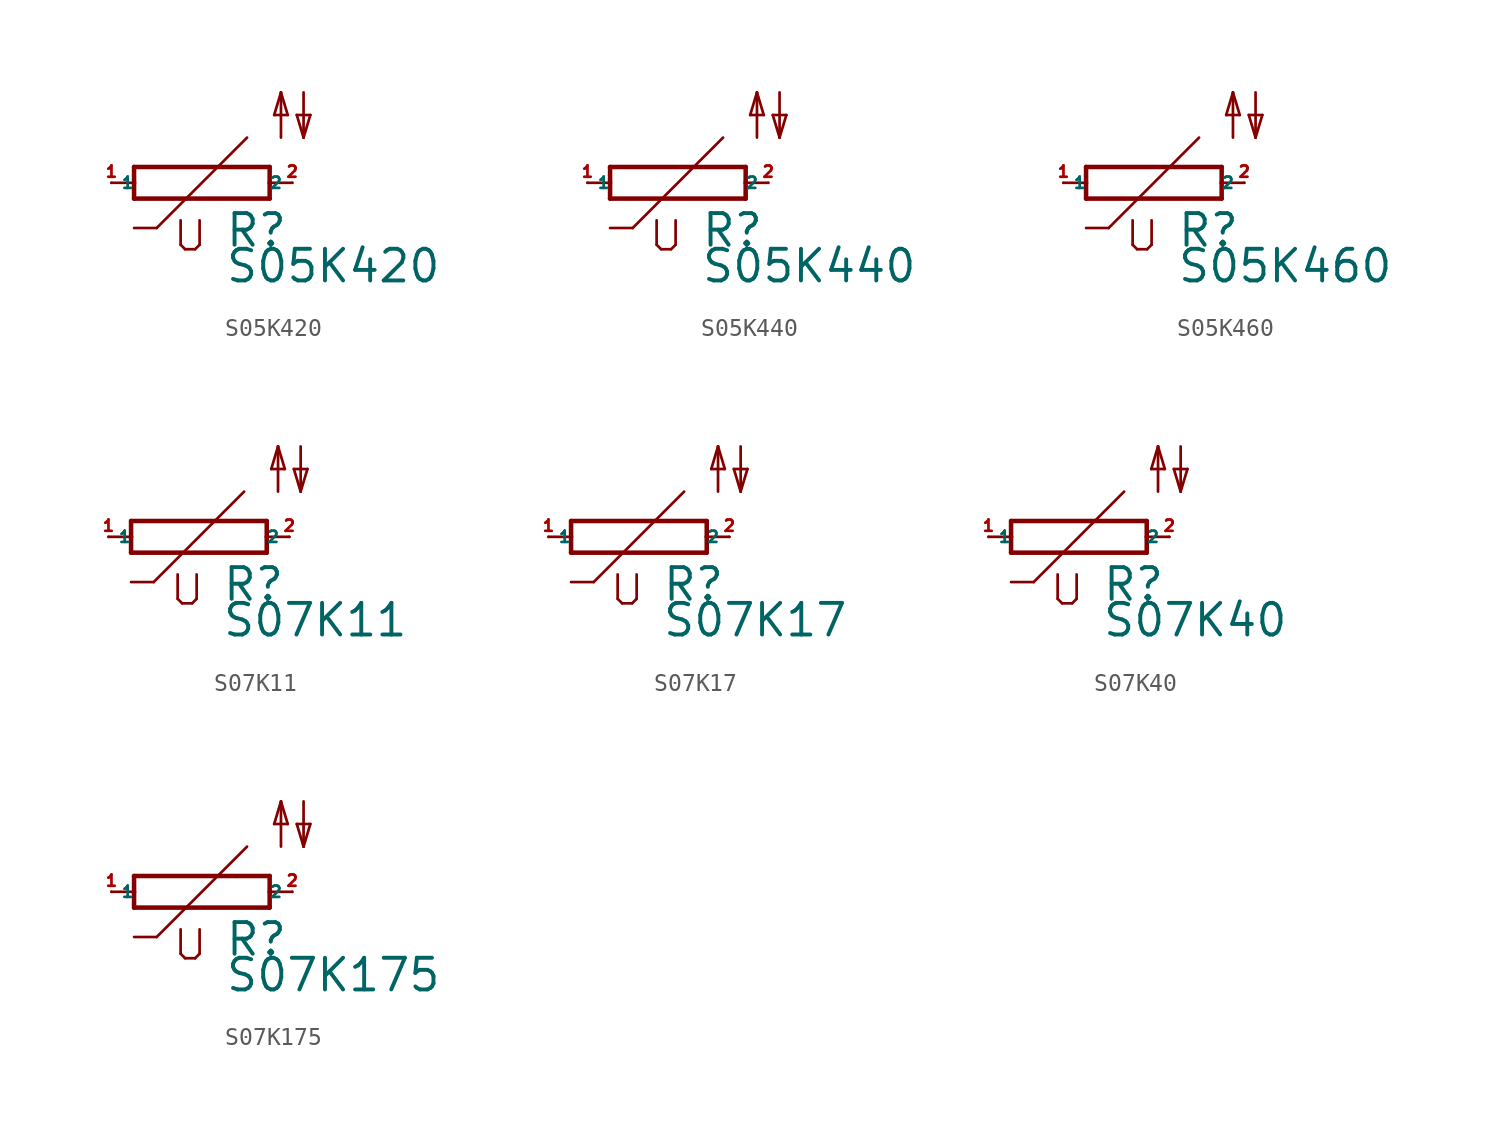
<source format=kicad_sym>
(kicad_symbol_lib
  (version 20220914)
  (generator Eagle2Kicad)
  (symbol "S05K420"
    (property "Reference" "R"
      (at 1.27 -3.708 0)
      (effects (font (size 1.778 1.778) (thickness 0.22)) (justify left bottom)))
    (property "Value" "S05K420"
      (at 1.27 -5.715 0)
      (effects (font (size 1.778 1.778) (thickness 0.22)) (justify left bottom)))
    (polyline
      (pts (xy -3.81 -0.889) (xy 3.81 -0.889))
      (stroke (width 0.254) (type default))
      (fill (type none)))
    (polyline
      (pts (xy 3.81 -0.889) (xy 3.81 0))
      (stroke (width 0.254) (type default))
      (fill (type none)))
    (polyline
      (pts (xy 3.81 0.889) (xy -3.81 0.889))
      (stroke (width 0.254) (type default))
      (fill (type none)))
    (polyline
      (pts (xy -3.81 -0.889) (xy -3.81 0))
      (stroke (width 0.254) (type default))
      (fill (type none)))
    (polyline
      (pts (xy 3.81 0) (xy 5.08 0))
      (stroke (width 0.152) (type default))
      (fill (type none)))
    (polyline
      (pts (xy 3.81 0) (xy 3.81 0.889))
      (stroke (width 0.254) (type default))
      (fill (type none)))
    (polyline
      (pts (xy -5.08 0) (xy -3.81 0))
      (stroke (width 0.152) (type default))
      (fill (type none)))
    (polyline
      (pts (xy -3.81 0) (xy -3.81 0.889))
      (stroke (width 0.254) (type default))
      (fill (type none)))
    (polyline
      (pts (xy 2.54 2.54) (xy -2.54 -2.54))
      (stroke (width 0.152) (type default))
      (fill (type none)))
    (polyline
      (pts (xy -2.54 -2.54) (xy -3.81 -2.54))
      (stroke (width 0.152) (type default))
      (fill (type none)))
    (polyline
      (pts (xy -1.194 -2.108) (xy -1.194 -3.48))
      (stroke (width 0.152) (type default))
      (fill (type none)))
    (polyline
      (pts (xy -0.94 -3.734) (xy -1.194 -3.48))
      (stroke (width 0.152) (type default))
      (fill (type none)))
    (polyline
      (pts (xy -0.94 -3.734) (xy -0.381 -3.734))
      (stroke (width 0.152) (type default))
      (fill (type none)))
    (polyline
      (pts (xy -0.127 -3.48) (xy -0.381 -3.734))
      (stroke (width 0.152) (type default))
      (fill (type none)))
    (polyline
      (pts (xy -0.127 -3.48) (xy -0.127 -2.108))
      (stroke (width 0.152) (type default))
      (fill (type none)))
    (polyline
      (pts (xy 5.715 5.08) (xy 5.715 2.54))
      (stroke (width 0.152) (type default))
      (fill (type none)))
    (polyline
      (pts (xy 5.715 2.54) (xy 6.096 3.81))
      (stroke (width 0.152) (type default))
      (fill (type none)))
    (polyline
      (pts (xy 6.096 3.81) (xy 5.334 3.81))
      (stroke (width 0.152) (type default))
      (fill (type none)))
    (polyline
      (pts (xy 5.334 3.81) (xy 5.715 2.54))
      (stroke (width 0.152) (type default))
      (fill (type none)))
    (polyline
      (pts (xy 4.445 2.54) (xy 4.445 5.08))
      (stroke (width 0.152) (type default))
      (fill (type none)))
    (polyline
      (pts (xy 4.445 5.08) (xy 4.826 3.81))
      (stroke (width 0.152) (type default))
      (fill (type none)))
    (polyline
      (pts (xy 4.826 3.81) (xy 4.064 3.81))
      (stroke (width 0.152) (type default))
      (fill (type none)))
    (polyline
      (pts (xy 4.064 3.81) (xy 4.445 5.08))
      (stroke (width 0.152) (type default))
      (fill (type none)))
    (pin passive line
      (at 5.08 0 180)
      (length 0)
      (name "2" (effects (font (size 0.635 0.635) (thickness 0.08)) (justify left bottom)))
      (number "2" (effects (font (size 0.635 0.635) (thickness 0.08)) (justify left bottom))))
    (pin passive line
      (at -5.08 0 0)
      (length 0)
      (name "1" (effects (font (size 0.635 0.635) (thickness 0.08)) (justify left bottom)))
      (number "1" (effects (font (size 0.635 0.635) (thickness 0.08)) (justify left bottom)))))
  (symbol "S05K440"
    (property "Reference" "R"
      (at 1.27 -3.708 0)
      (effects (font (size 1.778 1.778) (thickness 0.22)) (justify left bottom)))
    (property "Value" "S05K440"
      (at 1.27 -5.715 0)
      (effects (font (size 1.778 1.778) (thickness 0.22)) (justify left bottom)))
    (polyline
      (pts (xy -3.81 -0.889) (xy 3.81 -0.889))
      (stroke (width 0.254) (type default))
      (fill (type none)))
    (polyline
      (pts (xy 3.81 -0.889) (xy 3.81 0))
      (stroke (width 0.254) (type default))
      (fill (type none)))
    (polyline
      (pts (xy 3.81 0.889) (xy -3.81 0.889))
      (stroke (width 0.254) (type default))
      (fill (type none)))
    (polyline
      (pts (xy -3.81 -0.889) (xy -3.81 0))
      (stroke (width 0.254) (type default))
      (fill (type none)))
    (polyline
      (pts (xy 3.81 0) (xy 5.08 0))
      (stroke (width 0.152) (type default))
      (fill (type none)))
    (polyline
      (pts (xy 3.81 0) (xy 3.81 0.889))
      (stroke (width 0.254) (type default))
      (fill (type none)))
    (polyline
      (pts (xy -5.08 0) (xy -3.81 0))
      (stroke (width 0.152) (type default))
      (fill (type none)))
    (polyline
      (pts (xy -3.81 0) (xy -3.81 0.889))
      (stroke (width 0.254) (type default))
      (fill (type none)))
    (polyline
      (pts (xy 2.54 2.54) (xy -2.54 -2.54))
      (stroke (width 0.152) (type default))
      (fill (type none)))
    (polyline
      (pts (xy -2.54 -2.54) (xy -3.81 -2.54))
      (stroke (width 0.152) (type default))
      (fill (type none)))
    (polyline
      (pts (xy -1.194 -2.108) (xy -1.194 -3.48))
      (stroke (width 0.152) (type default))
      (fill (type none)))
    (polyline
      (pts (xy -0.94 -3.734) (xy -1.194 -3.48))
      (stroke (width 0.152) (type default))
      (fill (type none)))
    (polyline
      (pts (xy -0.94 -3.734) (xy -0.381 -3.734))
      (stroke (width 0.152) (type default))
      (fill (type none)))
    (polyline
      (pts (xy -0.127 -3.48) (xy -0.381 -3.734))
      (stroke (width 0.152) (type default))
      (fill (type none)))
    (polyline
      (pts (xy -0.127 -3.48) (xy -0.127 -2.108))
      (stroke (width 0.152) (type default))
      (fill (type none)))
    (polyline
      (pts (xy 5.715 5.08) (xy 5.715 2.54))
      (stroke (width 0.152) (type default))
      (fill (type none)))
    (polyline
      (pts (xy 5.715 2.54) (xy 6.096 3.81))
      (stroke (width 0.152) (type default))
      (fill (type none)))
    (polyline
      (pts (xy 6.096 3.81) (xy 5.334 3.81))
      (stroke (width 0.152) (type default))
      (fill (type none)))
    (polyline
      (pts (xy 5.334 3.81) (xy 5.715 2.54))
      (stroke (width 0.152) (type default))
      (fill (type none)))
    (polyline
      (pts (xy 4.445 2.54) (xy 4.445 5.08))
      (stroke (width 0.152) (type default))
      (fill (type none)))
    (polyline
      (pts (xy 4.445 5.08) (xy 4.826 3.81))
      (stroke (width 0.152) (type default))
      (fill (type none)))
    (polyline
      (pts (xy 4.826 3.81) (xy 4.064 3.81))
      (stroke (width 0.152) (type default))
      (fill (type none)))
    (polyline
      (pts (xy 4.064 3.81) (xy 4.445 5.08))
      (stroke (width 0.152) (type default))
      (fill (type none)))
    (pin passive line
      (at 5.08 0 180)
      (length 0)
      (name "2" (effects (font (size 0.635 0.635) (thickness 0.08)) (justify left bottom)))
      (number "2" (effects (font (size 0.635 0.635) (thickness 0.08)) (justify left bottom))))
    (pin passive line
      (at -5.08 0 0)
      (length 0)
      (name "1" (effects (font (size 0.635 0.635) (thickness 0.08)) (justify left bottom)))
      (number "1" (effects (font (size 0.635 0.635) (thickness 0.08)) (justify left bottom)))))
  (symbol "S05K460"
    (property "Reference" "R"
      (at 1.27 -3.708 0)
      (effects (font (size 1.778 1.778) (thickness 0.22)) (justify left bottom)))
    (property "Value" "S05K460"
      (at 1.27 -5.715 0)
      (effects (font (size 1.778 1.778) (thickness 0.22)) (justify left bottom)))
    (polyline
      (pts (xy -3.81 -0.889) (xy 3.81 -0.889))
      (stroke (width 0.254) (type default))
      (fill (type none)))
    (polyline
      (pts (xy 3.81 -0.889) (xy 3.81 0))
      (stroke (width 0.254) (type default))
      (fill (type none)))
    (polyline
      (pts (xy 3.81 0.889) (xy -3.81 0.889))
      (stroke (width 0.254) (type default))
      (fill (type none)))
    (polyline
      (pts (xy -3.81 -0.889) (xy -3.81 0))
      (stroke (width 0.254) (type default))
      (fill (type none)))
    (polyline
      (pts (xy 3.81 0) (xy 5.08 0))
      (stroke (width 0.152) (type default))
      (fill (type none)))
    (polyline
      (pts (xy 3.81 0) (xy 3.81 0.889))
      (stroke (width 0.254) (type default))
      (fill (type none)))
    (polyline
      (pts (xy -5.08 0) (xy -3.81 0))
      (stroke (width 0.152) (type default))
      (fill (type none)))
    (polyline
      (pts (xy -3.81 0) (xy -3.81 0.889))
      (stroke (width 0.254) (type default))
      (fill (type none)))
    (polyline
      (pts (xy 2.54 2.54) (xy -2.54 -2.54))
      (stroke (width 0.152) (type default))
      (fill (type none)))
    (polyline
      (pts (xy -2.54 -2.54) (xy -3.81 -2.54))
      (stroke (width 0.152) (type default))
      (fill (type none)))
    (polyline
      (pts (xy -1.194 -2.108) (xy -1.194 -3.48))
      (stroke (width 0.152) (type default))
      (fill (type none)))
    (polyline
      (pts (xy -0.94 -3.734) (xy -1.194 -3.48))
      (stroke (width 0.152) (type default))
      (fill (type none)))
    (polyline
      (pts (xy -0.94 -3.734) (xy -0.381 -3.734))
      (stroke (width 0.152) (type default))
      (fill (type none)))
    (polyline
      (pts (xy -0.127 -3.48) (xy -0.381 -3.734))
      (stroke (width 0.152) (type default))
      (fill (type none)))
    (polyline
      (pts (xy -0.127 -3.48) (xy -0.127 -2.108))
      (stroke (width 0.152) (type default))
      (fill (type none)))
    (polyline
      (pts (xy 5.715 5.08) (xy 5.715 2.54))
      (stroke (width 0.152) (type default))
      (fill (type none)))
    (polyline
      (pts (xy 5.715 2.54) (xy 6.096 3.81))
      (stroke (width 0.152) (type default))
      (fill (type none)))
    (polyline
      (pts (xy 6.096 3.81) (xy 5.334 3.81))
      (stroke (width 0.152) (type default))
      (fill (type none)))
    (polyline
      (pts (xy 5.334 3.81) (xy 5.715 2.54))
      (stroke (width 0.152) (type default))
      (fill (type none)))
    (polyline
      (pts (xy 4.445 2.54) (xy 4.445 5.08))
      (stroke (width 0.152) (type default))
      (fill (type none)))
    (polyline
      (pts (xy 4.445 5.08) (xy 4.826 3.81))
      (stroke (width 0.152) (type default))
      (fill (type none)))
    (polyline
      (pts (xy 4.826 3.81) (xy 4.064 3.81))
      (stroke (width 0.152) (type default))
      (fill (type none)))
    (polyline
      (pts (xy 4.064 3.81) (xy 4.445 5.08))
      (stroke (width 0.152) (type default))
      (fill (type none)))
    (pin passive line
      (at 5.08 0 180)
      (length 0)
      (name "2" (effects (font (size 0.635 0.635) (thickness 0.08)) (justify left bottom)))
      (number "2" (effects (font (size 0.635 0.635) (thickness 0.08)) (justify left bottom))))
    (pin passive line
      (at -5.08 0 0)
      (length 0)
      (name "1" (effects (font (size 0.635 0.635) (thickness 0.08)) (justify left bottom)))
      (number "1" (effects (font (size 0.635 0.635) (thickness 0.08)) (justify left bottom)))))
  (symbol "S07K11"
    (property "Reference" "R"
      (at 1.27 -3.708 0)
      (effects (font (size 1.778 1.778) (thickness 0.22)) (justify left bottom)))
    (property "Value" "S07K11"
      (at 1.27 -5.715 0)
      (effects (font (size 1.778 1.778) (thickness 0.22)) (justify left bottom)))
    (polyline
      (pts (xy -3.81 -0.889) (xy 3.81 -0.889))
      (stroke (width 0.254) (type default))
      (fill (type none)))
    (polyline
      (pts (xy 3.81 -0.889) (xy 3.81 0))
      (stroke (width 0.254) (type default))
      (fill (type none)))
    (polyline
      (pts (xy 3.81 0.889) (xy -3.81 0.889))
      (stroke (width 0.254) (type default))
      (fill (type none)))
    (polyline
      (pts (xy -3.81 -0.889) (xy -3.81 0))
      (stroke (width 0.254) (type default))
      (fill (type none)))
    (polyline
      (pts (xy 3.81 0) (xy 5.08 0))
      (stroke (width 0.152) (type default))
      (fill (type none)))
    (polyline
      (pts (xy 3.81 0) (xy 3.81 0.889))
      (stroke (width 0.254) (type default))
      (fill (type none)))
    (polyline
      (pts (xy -5.08 0) (xy -3.81 0))
      (stroke (width 0.152) (type default))
      (fill (type none)))
    (polyline
      (pts (xy -3.81 0) (xy -3.81 0.889))
      (stroke (width 0.254) (type default))
      (fill (type none)))
    (polyline
      (pts (xy 2.54 2.54) (xy -2.54 -2.54))
      (stroke (width 0.152) (type default))
      (fill (type none)))
    (polyline
      (pts (xy -2.54 -2.54) (xy -3.81 -2.54))
      (stroke (width 0.152) (type default))
      (fill (type none)))
    (polyline
      (pts (xy -1.194 -2.108) (xy -1.194 -3.48))
      (stroke (width 0.152) (type default))
      (fill (type none)))
    (polyline
      (pts (xy -0.94 -3.734) (xy -1.194 -3.48))
      (stroke (width 0.152) (type default))
      (fill (type none)))
    (polyline
      (pts (xy -0.94 -3.734) (xy -0.381 -3.734))
      (stroke (width 0.152) (type default))
      (fill (type none)))
    (polyline
      (pts (xy -0.127 -3.48) (xy -0.381 -3.734))
      (stroke (width 0.152) (type default))
      (fill (type none)))
    (polyline
      (pts (xy -0.127 -3.48) (xy -0.127 -2.108))
      (stroke (width 0.152) (type default))
      (fill (type none)))
    (polyline
      (pts (xy 5.715 5.08) (xy 5.715 2.54))
      (stroke (width 0.152) (type default))
      (fill (type none)))
    (polyline
      (pts (xy 5.715 2.54) (xy 6.096 3.81))
      (stroke (width 0.152) (type default))
      (fill (type none)))
    (polyline
      (pts (xy 6.096 3.81) (xy 5.334 3.81))
      (stroke (width 0.152) (type default))
      (fill (type none)))
    (polyline
      (pts (xy 5.334 3.81) (xy 5.715 2.54))
      (stroke (width 0.152) (type default))
      (fill (type none)))
    (polyline
      (pts (xy 4.445 2.54) (xy 4.445 5.08))
      (stroke (width 0.152) (type default))
      (fill (type none)))
    (polyline
      (pts (xy 4.445 5.08) (xy 4.826 3.81))
      (stroke (width 0.152) (type default))
      (fill (type none)))
    (polyline
      (pts (xy 4.826 3.81) (xy 4.064 3.81))
      (stroke (width 0.152) (type default))
      (fill (type none)))
    (polyline
      (pts (xy 4.064 3.81) (xy 4.445 5.08))
      (stroke (width 0.152) (type default))
      (fill (type none)))
    (pin passive line
      (at 5.08 0 180)
      (length 0)
      (name "2" (effects (font (size 0.635 0.635) (thickness 0.08)) (justify left bottom)))
      (number "2" (effects (font (size 0.635 0.635) (thickness 0.08)) (justify left bottom))))
    (pin passive line
      (at -5.08 0 0)
      (length 0)
      (name "1" (effects (font (size 0.635 0.635) (thickness 0.08)) (justify left bottom)))
      (number "1" (effects (font (size 0.635 0.635) (thickness 0.08)) (justify left bottom)))))
  (symbol "S07K17"
    (property "Reference" "R"
      (at 1.27 -3.708 0)
      (effects (font (size 1.778 1.778) (thickness 0.22)) (justify left bottom)))
    (property "Value" "S07K17"
      (at 1.27 -5.715 0)
      (effects (font (size 1.778 1.778) (thickness 0.22)) (justify left bottom)))
    (polyline
      (pts (xy -3.81 -0.889) (xy 3.81 -0.889))
      (stroke (width 0.254) (type default))
      (fill (type none)))
    (polyline
      (pts (xy 3.81 -0.889) (xy 3.81 0))
      (stroke (width 0.254) (type default))
      (fill (type none)))
    (polyline
      (pts (xy 3.81 0.889) (xy -3.81 0.889))
      (stroke (width 0.254) (type default))
      (fill (type none)))
    (polyline
      (pts (xy -3.81 -0.889) (xy -3.81 0))
      (stroke (width 0.254) (type default))
      (fill (type none)))
    (polyline
      (pts (xy 3.81 0) (xy 5.08 0))
      (stroke (width 0.152) (type default))
      (fill (type none)))
    (polyline
      (pts (xy 3.81 0) (xy 3.81 0.889))
      (stroke (width 0.254) (type default))
      (fill (type none)))
    (polyline
      (pts (xy -5.08 0) (xy -3.81 0))
      (stroke (width 0.152) (type default))
      (fill (type none)))
    (polyline
      (pts (xy -3.81 0) (xy -3.81 0.889))
      (stroke (width 0.254) (type default))
      (fill (type none)))
    (polyline
      (pts (xy 2.54 2.54) (xy -2.54 -2.54))
      (stroke (width 0.152) (type default))
      (fill (type none)))
    (polyline
      (pts (xy -2.54 -2.54) (xy -3.81 -2.54))
      (stroke (width 0.152) (type default))
      (fill (type none)))
    (polyline
      (pts (xy -1.194 -2.108) (xy -1.194 -3.48))
      (stroke (width 0.152) (type default))
      (fill (type none)))
    (polyline
      (pts (xy -0.94 -3.734) (xy -1.194 -3.48))
      (stroke (width 0.152) (type default))
      (fill (type none)))
    (polyline
      (pts (xy -0.94 -3.734) (xy -0.381 -3.734))
      (stroke (width 0.152) (type default))
      (fill (type none)))
    (polyline
      (pts (xy -0.127 -3.48) (xy -0.381 -3.734))
      (stroke (width 0.152) (type default))
      (fill (type none)))
    (polyline
      (pts (xy -0.127 -3.48) (xy -0.127 -2.108))
      (stroke (width 0.152) (type default))
      (fill (type none)))
    (polyline
      (pts (xy 5.715 5.08) (xy 5.715 2.54))
      (stroke (width 0.152) (type default))
      (fill (type none)))
    (polyline
      (pts (xy 5.715 2.54) (xy 6.096 3.81))
      (stroke (width 0.152) (type default))
      (fill (type none)))
    (polyline
      (pts (xy 6.096 3.81) (xy 5.334 3.81))
      (stroke (width 0.152) (type default))
      (fill (type none)))
    (polyline
      (pts (xy 5.334 3.81) (xy 5.715 2.54))
      (stroke (width 0.152) (type default))
      (fill (type none)))
    (polyline
      (pts (xy 4.445 2.54) (xy 4.445 5.08))
      (stroke (width 0.152) (type default))
      (fill (type none)))
    (polyline
      (pts (xy 4.445 5.08) (xy 4.826 3.81))
      (stroke (width 0.152) (type default))
      (fill (type none)))
    (polyline
      (pts (xy 4.826 3.81) (xy 4.064 3.81))
      (stroke (width 0.152) (type default))
      (fill (type none)))
    (polyline
      (pts (xy 4.064 3.81) (xy 4.445 5.08))
      (stroke (width 0.152) (type default))
      (fill (type none)))
    (pin passive line
      (at 5.08 0 180)
      (length 0)
      (name "2" (effects (font (size 0.635 0.635) (thickness 0.08)) (justify left bottom)))
      (number "2" (effects (font (size 0.635 0.635) (thickness 0.08)) (justify left bottom))))
    (pin passive line
      (at -5.08 0 0)
      (length 0)
      (name "1" (effects (font (size 0.635 0.635) (thickness 0.08)) (justify left bottom)))
      (number "1" (effects (font (size 0.635 0.635) (thickness 0.08)) (justify left bottom)))))
  (symbol "S07K40"
    (property "Reference" "R"
      (at 1.27 -3.708 0)
      (effects (font (size 1.778 1.778) (thickness 0.22)) (justify left bottom)))
    (property "Value" "S07K40"
      (at 1.27 -5.715 0)
      (effects (font (size 1.778 1.778) (thickness 0.22)) (justify left bottom)))
    (polyline
      (pts (xy -3.81 -0.889) (xy 3.81 -0.889))
      (stroke (width 0.254) (type default))
      (fill (type none)))
    (polyline
      (pts (xy 3.81 -0.889) (xy 3.81 0))
      (stroke (width 0.254) (type default))
      (fill (type none)))
    (polyline
      (pts (xy 3.81 0.889) (xy -3.81 0.889))
      (stroke (width 0.254) (type default))
      (fill (type none)))
    (polyline
      (pts (xy -3.81 -0.889) (xy -3.81 0))
      (stroke (width 0.254) (type default))
      (fill (type none)))
    (polyline
      (pts (xy 3.81 0) (xy 5.08 0))
      (stroke (width 0.152) (type default))
      (fill (type none)))
    (polyline
      (pts (xy 3.81 0) (xy 3.81 0.889))
      (stroke (width 0.254) (type default))
      (fill (type none)))
    (polyline
      (pts (xy -5.08 0) (xy -3.81 0))
      (stroke (width 0.152) (type default))
      (fill (type none)))
    (polyline
      (pts (xy -3.81 0) (xy -3.81 0.889))
      (stroke (width 0.254) (type default))
      (fill (type none)))
    (polyline
      (pts (xy 2.54 2.54) (xy -2.54 -2.54))
      (stroke (width 0.152) (type default))
      (fill (type none)))
    (polyline
      (pts (xy -2.54 -2.54) (xy -3.81 -2.54))
      (stroke (width 0.152) (type default))
      (fill (type none)))
    (polyline
      (pts (xy -1.194 -2.108) (xy -1.194 -3.48))
      (stroke (width 0.152) (type default))
      (fill (type none)))
    (polyline
      (pts (xy -0.94 -3.734) (xy -1.194 -3.48))
      (stroke (width 0.152) (type default))
      (fill (type none)))
    (polyline
      (pts (xy -0.94 -3.734) (xy -0.381 -3.734))
      (stroke (width 0.152) (type default))
      (fill (type none)))
    (polyline
      (pts (xy -0.127 -3.48) (xy -0.381 -3.734))
      (stroke (width 0.152) (type default))
      (fill (type none)))
    (polyline
      (pts (xy -0.127 -3.48) (xy -0.127 -2.108))
      (stroke (width 0.152) (type default))
      (fill (type none)))
    (polyline
      (pts (xy 5.715 5.08) (xy 5.715 2.54))
      (stroke (width 0.152) (type default))
      (fill (type none)))
    (polyline
      (pts (xy 5.715 2.54) (xy 6.096 3.81))
      (stroke (width 0.152) (type default))
      (fill (type none)))
    (polyline
      (pts (xy 6.096 3.81) (xy 5.334 3.81))
      (stroke (width 0.152) (type default))
      (fill (type none)))
    (polyline
      (pts (xy 5.334 3.81) (xy 5.715 2.54))
      (stroke (width 0.152) (type default))
      (fill (type none)))
    (polyline
      (pts (xy 4.445 2.54) (xy 4.445 5.08))
      (stroke (width 0.152) (type default))
      (fill (type none)))
    (polyline
      (pts (xy 4.445 5.08) (xy 4.826 3.81))
      (stroke (width 0.152) (type default))
      (fill (type none)))
    (polyline
      (pts (xy 4.826 3.81) (xy 4.064 3.81))
      (stroke (width 0.152) (type default))
      (fill (type none)))
    (polyline
      (pts (xy 4.064 3.81) (xy 4.445 5.08))
      (stroke (width 0.152) (type default))
      (fill (type none)))
    (pin passive line
      (at 5.08 0 180)
      (length 0)
      (name "2" (effects (font (size 0.635 0.635) (thickness 0.08)) (justify left bottom)))
      (number "2" (effects (font (size 0.635 0.635) (thickness 0.08)) (justify left bottom))))
    (pin passive line
      (at -5.08 0 0)
      (length 0)
      (name "1" (effects (font (size 0.635 0.635) (thickness 0.08)) (justify left bottom)))
      (number "1" (effects (font (size 0.635 0.635) (thickness 0.08)) (justify left bottom)))))
  (symbol "S07K175"
    (property "Reference" "R"
      (at 1.27 -3.708 0)
      (effects (font (size 1.778 1.778) (thickness 0.22)) (justify left bottom)))
    (property "Value" "S07K175"
      (at 1.27 -5.715 0)
      (effects (font (size 1.778 1.778) (thickness 0.22)) (justify left bottom)))
    (polyline
      (pts (xy -3.81 -0.889) (xy 3.81 -0.889))
      (stroke (width 0.254) (type default))
      (fill (type none)))
    (polyline
      (pts (xy 3.81 -0.889) (xy 3.81 0))
      (stroke (width 0.254) (type default))
      (fill (type none)))
    (polyline
      (pts (xy 3.81 0.889) (xy -3.81 0.889))
      (stroke (width 0.254) (type default))
      (fill (type none)))
    (polyline
      (pts (xy -3.81 -0.889) (xy -3.81 0))
      (stroke (width 0.254) (type default))
      (fill (type none)))
    (polyline
      (pts (xy 3.81 0) (xy 5.08 0))
      (stroke (width 0.152) (type default))
      (fill (type none)))
    (polyline
      (pts (xy 3.81 0) (xy 3.81 0.889))
      (stroke (width 0.254) (type default))
      (fill (type none)))
    (polyline
      (pts (xy -5.08 0) (xy -3.81 0))
      (stroke (width 0.152) (type default))
      (fill (type none)))
    (polyline
      (pts (xy -3.81 0) (xy -3.81 0.889))
      (stroke (width 0.254) (type default))
      (fill (type none)))
    (polyline
      (pts (xy 2.54 2.54) (xy -2.54 -2.54))
      (stroke (width 0.152) (type default))
      (fill (type none)))
    (polyline
      (pts (xy -2.54 -2.54) (xy -3.81 -2.54))
      (stroke (width 0.152) (type default))
      (fill (type none)))
    (polyline
      (pts (xy -1.194 -2.108) (xy -1.194 -3.48))
      (stroke (width 0.152) (type default))
      (fill (type none)))
    (polyline
      (pts (xy -0.94 -3.734) (xy -1.194 -3.48))
      (stroke (width 0.152) (type default))
      (fill (type none)))
    (polyline
      (pts (xy -0.94 -3.734) (xy -0.381 -3.734))
      (stroke (width 0.152) (type default))
      (fill (type none)))
    (polyline
      (pts (xy -0.127 -3.48) (xy -0.381 -3.734))
      (stroke (width 0.152) (type default))
      (fill (type none)))
    (polyline
      (pts (xy -0.127 -3.48) (xy -0.127 -2.108))
      (stroke (width 0.152) (type default))
      (fill (type none)))
    (polyline
      (pts (xy 5.715 5.08) (xy 5.715 2.54))
      (stroke (width 0.152) (type default))
      (fill (type none)))
    (polyline
      (pts (xy 5.715 2.54) (xy 6.096 3.81))
      (stroke (width 0.152) (type default))
      (fill (type none)))
    (polyline
      (pts (xy 6.096 3.81) (xy 5.334 3.81))
      (stroke (width 0.152) (type default))
      (fill (type none)))
    (polyline
      (pts (xy 5.334 3.81) (xy 5.715 2.54))
      (stroke (width 0.152) (type default))
      (fill (type none)))
    (polyline
      (pts (xy 4.445 2.54) (xy 4.445 5.08))
      (stroke (width 0.152) (type default))
      (fill (type none)))
    (polyline
      (pts (xy 4.445 5.08) (xy 4.826 3.81))
      (stroke (width 0.152) (type default))
      (fill (type none)))
    (polyline
      (pts (xy 4.826 3.81) (xy 4.064 3.81))
      (stroke (width 0.152) (type default))
      (fill (type none)))
    (polyline
      (pts (xy 4.064 3.81) (xy 4.445 5.08))
      (stroke (width 0.152) (type default))
      (fill (type none)))
    (pin passive line
      (at 5.08 0 180)
      (length 0)
      (name "2" (effects (font (size 0.635 0.635) (thickness 0.08)) (justify left bottom)))
      (number "2" (effects (font (size 0.635 0.635) (thickness 0.08)) (justify left bottom))))
    (pin passive line
      (at -5.08 0 0)
      (length 0)
      (name "1" (effects (font (size 0.635 0.635) (thickness 0.08)) (justify left bottom)))
      (number "1" (effects (font (size 0.635 0.635) (thickness 0.08)) (justify left bottom))))))
</source>
